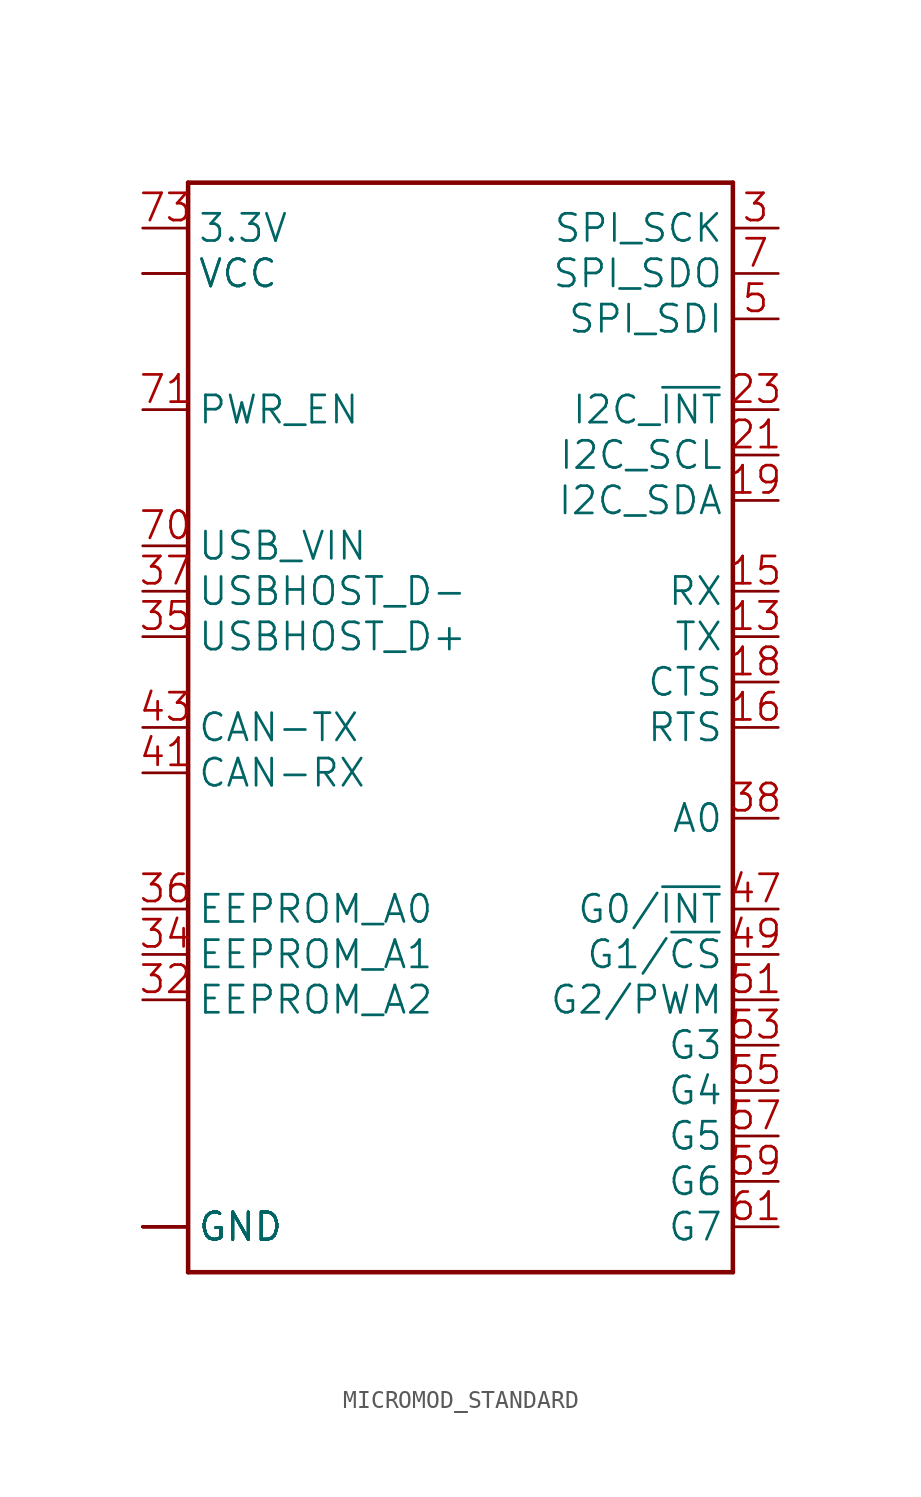
<source format=kicad_sym>
(kicad_symbol_lib
  (version 20241209)
  (generator "kicad_symbol_editor")
  (generator_version "9.0")
  (symbol "MICROMOD_STANDARD"
    (property "Reference" "J"
      (at -15.24 28.448 0)
      (effects (font (size 1.778 1.511)) (justify left bottom) (hide yes)))
    (symbol "MICROMOD_STANDARD_1_0"
      (polyline (pts (xy -15.24 27.94) (xy 15.24 27.94)) (stroke (width 0.254) (type solid)) (fill (type none)))
      (polyline (pts (xy -15.24 -33.02) (xy -15.24 27.94)) (stroke (width 0.254) (type solid)) (fill (type none)))
      (polyline (pts (xy 15.24 27.94) (xy 15.24 -33.02)) (stroke (width 0.254) (type solid)) (fill (type none)))
      (polyline (pts (xy 15.24 -33.02) (xy -15.24 -33.02)) (stroke (width 0.254) (type solid)) (fill (type none)))
      (pin bidirectional line (at -17.78 25.4 0) (length 2.54) (name "3.3V" (effects (font (size 1.524 1.524)))) (number "73" (effects (font (size 1.524 1.524)))))
      (pin bidirectional line (at -17.78 22.86 0) (length 2.54) (name "VCC" (effects (font (size 1.524 1.524)))) (number "72" (effects (font (size 0 0)))))
      (pin bidirectional line (at -17.78 22.86 0) (length 2.54) (name "VCC" (effects (font (size 1.524 1.524)))) (number "74" (effects (font (size 0 0)))))
      (pin bidirectional line (at -17.78 15.24 0) (length 2.54) (name "PWR_EN" (effects (font (size 1.524 1.524)))) (number "71" (effects (font (size 1.524 1.524)))))
      (pin bidirectional line (at -17.78 7.62 0) (length 2.54) (name "USB_VIN" (effects (font (size 1.524 1.524)))) (number "70" (effects (font (size 1.524 1.524)))))
      (pin bidirectional line (at -17.78 5.08 0) (length 2.54) (name "USBHOST_D-" (effects (font (size 1.524 1.524)))) (number "37" (effects (font (size 1.524 1.524)))))
      (pin bidirectional line (at -17.78 2.54 0) (length 2.54) (name "USBHOST_D+" (effects (font (size 1.524 1.524)))) (number "35" (effects (font (size 1.524 1.524)))))
      (pin bidirectional line (at -17.78 -2.54 0) (length 2.54) (name "CAN-TX" (effects (font (size 1.524 1.524)))) (number "43" (effects (font (size 1.524 1.524)))))
      (pin bidirectional line (at -17.78 -5.08 0) (length 2.54) (name "CAN-RX" (effects (font (size 1.524 1.524)))) (number "41" (effects (font (size 1.524 1.524)))))
      (pin bidirectional line (at -17.78 -12.7 0) (length 2.54) (name "EEPROM_A0" (effects (font (size 1.524 1.524)))) (number "36" (effects (font (size 1.524 1.524)))))
      (pin bidirectional line (at -17.78 -15.24 0) (length 2.54) (name "EEPROM_A1" (effects (font (size 1.524 1.524)))) (number "34" (effects (font (size 1.524 1.524)))))
      (pin bidirectional line (at -17.78 -17.78 0) (length 2.54) (name "EEPROM_A2" (effects (font (size 1.524 1.524)))) (number "32" (effects (font (size 1.524 1.524)))))
      (pin bidirectional line (at -17.78 -30.48 0) (length 2.54) (name "GND" (effects (font (size 1.524 1.524)))) (number "1" (effects (font (size 0 0)))))
      (pin bidirectional line (at -17.78 -30.48 0) (length 2.54) (name "GND" (effects (font (size 1.524 1.524)))) (number "33" (effects (font (size 0 0)))))
      (pin bidirectional line (at -17.78 -30.48 0) (length 2.54) (name "GND" (effects (font (size 1.524 1.524)))) (number "39" (effects (font (size 0 0)))))
      (pin bidirectional line (at -17.78 -30.48 0) (length 2.54) (name "GND" (effects (font (size 1.524 1.524)))) (number "45" (effects (font (size 0 0)))))
      (pin bidirectional line (at -17.78 -30.48 0) (length 2.54) (name "GND" (effects (font (size 1.524 1.524)))) (number "75" (effects (font (size 0 0)))))
      (pin bidirectional line (at -17.78 -30.48 0) (length 2.54) (name "GND" (effects (font (size 1.524 1.524)))) (number "GND1" (effects (font (size 0 0)))))
      (pin bidirectional line (at -17.78 -30.48 0) (length 2.54) (name "GND" (effects (font (size 1.524 1.524)))) (number "GND2" (effects (font (size 0 0)))))
      (pin bidirectional line (at -17.78 -30.48 0) (length 2.54) (name "GND" (effects (font (size 1.524 1.524)))) (number "GND3" (effects (font (size 0 0)))))
      (pin bidirectional line (at -17.78 -30.48 0) (length 2.54) (name "GND" (effects (font (size 1.524 1.524)))) (number "GND4" (effects (font (size 0 0)))))
      (pin bidirectional line (at -17.78 -30.48 0) (length 2.54) (name "GND" (effects (font (size 1.524 1.524)))) (number "GND5" (effects (font (size 0 0)))))
      (pin bidirectional line (at -17.78 -30.48 0) (length 2.54) (name "GND" (effects (font (size 1.524 1.524)))) (number "GND6" (effects (font (size 0 0)))))
      (pin bidirectional line (at 17.78 25.4 180) (length 2.54) (name "SPI_SCK" (effects (font (size 1.524 1.524)))) (number "3" (effects (font (size 1.524 1.524)))))
      (pin bidirectional line (at 17.78 22.86 180) (length 2.54) (name "SPI_SDO" (effects (font (size 1.524 1.524)))) (number "7" (effects (font (size 1.524 1.524)))))
      (pin bidirectional line (at 17.78 20.32 180) (length 2.54) (name "SPI_SDI" (effects (font (size 1.524 1.524)))) (number "5" (effects (font (size 1.524 1.524)))))
      (pin bidirectional line (at 17.78 15.24 180) (length 2.54) (name "I2C_~{INT}" (effects (font (size 1.524 1.524)))) (number "23" (effects (font (size 1.524 1.524)))))
      (pin bidirectional line (at 17.78 12.7 180) (length 2.54) (name "I2C_SCL" (effects (font (size 1.524 1.524)))) (number "21" (effects (font (size 1.524 1.524)))))
      (pin bidirectional line (at 17.78 10.16 180) (length 2.54) (name "I2C_SDA" (effects (font (size 1.524 1.524)))) (number "19" (effects (font (size 1.524 1.524)))))
      (pin bidirectional line (at 17.78 5.08 180) (length 2.54) (name "RX" (effects (font (size 1.524 1.524)))) (number "15" (effects (font (size 1.524 1.524)))))
      (pin bidirectional line (at 17.78 2.54 180) (length 2.54) (name "TX" (effects (font (size 1.524 1.524)))) (number "13" (effects (font (size 1.524 1.524)))))
      (pin bidirectional line (at 17.78 0 180) (length 2.54) (name "CTS" (effects (font (size 1.524 1.524)))) (number "18" (effects (font (size 1.524 1.524)))))
      (pin bidirectional line (at 17.78 -2.54 180) (length 2.54) (name "RTS" (effects (font (size 1.524 1.524)))) (number "16" (effects (font (size 1.524 1.524)))))
      (pin bidirectional line (at 17.78 -7.62 180) (length 2.54) (name "A0" (effects (font (size 1.524 1.524)))) (number "38" (effects (font (size 1.524 1.524)))))
      (pin bidirectional line (at 17.78 -12.7 180) (length 2.54) (name "G0/~{INT}" (effects (font (size 1.524 1.524)))) (number "47" (effects (font (size 1.524 1.524)))))
      (pin bidirectional line (at 17.78 -15.24 180) (length 2.54) (name "G1/~{CS}" (effects (font (size 1.524 1.524)))) (number "49" (effects (font (size 1.524 1.524)))))
      (pin bidirectional line (at 17.78 -17.78 180) (length 2.54) (name "G2/PWM" (effects (font (size 1.524 1.524)))) (number "51" (effects (font (size 1.524 1.524)))))
      (pin bidirectional line (at 17.78 -20.32 180) (length 2.54) (name "G3" (effects (font (size 1.524 1.524)))) (number "53" (effects (font (size 1.524 1.524)))))
      (pin bidirectional line (at 17.78 -22.86 180) (length 2.54) (name "G4" (effects (font (size 1.524 1.524)))) (number "55" (effects (font (size 1.524 1.524)))))
      (pin bidirectional line (at 17.78 -25.4 180) (length 2.54) (name "G5" (effects (font (size 1.524 1.524)))) (number "57" (effects (font (size 1.524 1.524)))))
      (pin bidirectional line (at 17.78 -27.94 180) (length 2.54) (name "G6" (effects (font (size 1.524 1.524)))) (number "59" (effects (font (size 1.524 1.524)))))
      (pin bidirectional line (at 17.78 -30.48 180) (length 2.54) (name "G7" (effects (font (size 1.524 1.524)))) (number "61" (effects (font (size 1.524 1.524))))))))
</source>
